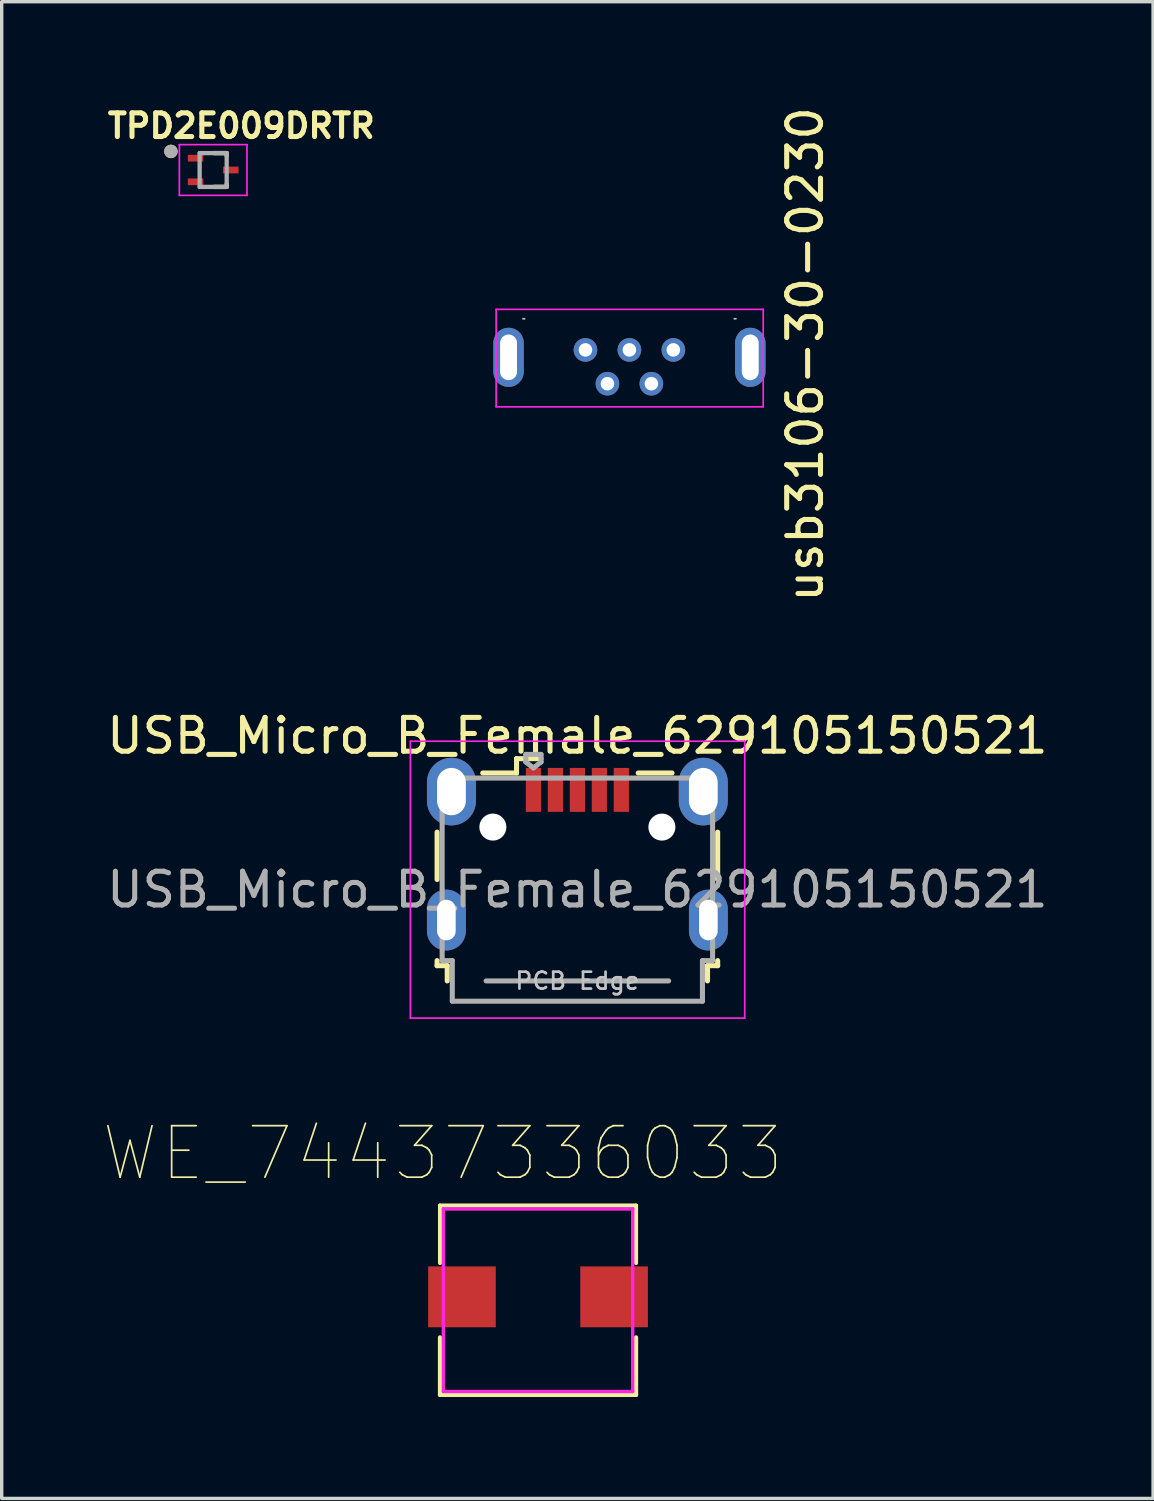
<source format=kicad_pcb>
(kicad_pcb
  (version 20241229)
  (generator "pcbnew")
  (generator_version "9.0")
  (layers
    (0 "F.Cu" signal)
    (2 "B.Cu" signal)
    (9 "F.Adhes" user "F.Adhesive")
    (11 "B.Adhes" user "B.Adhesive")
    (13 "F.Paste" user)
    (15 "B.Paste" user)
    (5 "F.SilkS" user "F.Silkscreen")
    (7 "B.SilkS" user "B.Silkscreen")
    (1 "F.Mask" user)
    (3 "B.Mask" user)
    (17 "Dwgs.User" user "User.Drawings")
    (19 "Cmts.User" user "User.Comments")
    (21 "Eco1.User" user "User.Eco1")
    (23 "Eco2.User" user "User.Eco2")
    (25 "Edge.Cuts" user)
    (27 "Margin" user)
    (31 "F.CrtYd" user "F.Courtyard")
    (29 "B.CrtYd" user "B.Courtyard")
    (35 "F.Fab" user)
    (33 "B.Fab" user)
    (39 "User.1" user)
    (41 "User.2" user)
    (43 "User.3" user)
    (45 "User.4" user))
  (footprint "USB_Micro_B_Female_629105150521"
    (layer "F.Cu")
    (at 14.03 22.217)
    (property "Reference" "USB_Micro_B_Female_629105150521" (at 0 -3.5 0) (layer "F.SilkS") (effects (font (size 1 1) (thickness 0.15))))
    (attr smd)
    (fp_line (start -4.15 -0.65) (end -4.15 0.75) (stroke (width 0.15) (type solid)) (layer "F.SilkS"))
    (fp_line (start -4.15 3.15) (end -4.15 3.3) (stroke (width 0.15) (type solid)) (layer "F.SilkS"))
    (fp_line (start -4.15 3.3) (end -3.85 3.3) (stroke (width 0.15) (type solid)) (layer "F.SilkS"))
    (fp_line (start -3.85 3.3) (end -3.85 3.75) (stroke (width 0.15) (type solid)) (layer "F.SilkS"))
    (fp_line (start -1.8 -2.825) (end -1.8 -2.4) (stroke (width 0.15) (type solid)) (layer "F.SilkS"))
    (fp_line (start -1.8 -2.4) (end -2.8 -2.4) (stroke (width 0.15) (type solid)) (layer "F.SilkS"))
    (fp_line (start -1.075 -2.825) (end -1.8 -2.825) (stroke (width 0.15) (type solid)) (layer "F.SilkS"))
    (fp_line (start 1.8 -2.4) (end 2.8 -2.4) (stroke (width 0.15) (type solid)) (layer "F.SilkS"))
    (fp_line (start 3.85 3.3) (end 4.15 3.3) (stroke (width 0.15) (type solid)) (layer "F.SilkS"))
    (fp_line (start 3.85 3.75) (end 3.85 3.3) (stroke (width 0.15) (type solid)) (layer "F.SilkS"))
    (fp_line (start 4.15 0.75) (end 4.15 -0.65) (stroke (width 0.15) (type solid)) (layer "F.SilkS"))
    (fp_line (start 4.15 3.3) (end 4.15 3.15) (stroke (width 0.15) (type solid)) (layer "F.SilkS"))
    (fp_line (start -4.94 -3.34) (end -4.94 4.85) (stroke (width 0.05) (type solid)) (layer "F.CrtYd"))
    (fp_line (start -4.94 4.85) (end 4.95 4.85) (stroke (width 0.05) (type solid)) (layer "F.CrtYd"))
    (fp_line (start 4.95 -3.34) (end -4.94 -3.34) (stroke (width 0.05) (type solid)) (layer "F.CrtYd"))
    (fp_line (start 4.95 4.85) (end 4.95 -3.34) (stroke (width 0.05) (type solid)) (layer "F.CrtYd"))
    (fp_line (start -4 -2.25) (end -4 3.15) (stroke (width 0.15) (type solid)) (layer "F.Fab"))
    (fp_line (start -4 3.15) (end -3.7 3.15) (stroke (width 0.15) (type solid)) (layer "F.Fab"))
    (fp_line (start -3.7 3.15) (end -3.7 4.35) (stroke (width 0.15) (type solid)) (layer "F.Fab"))
    (fp_line (start -3.7 4.35) (end 3.7 4.35) (stroke (width 0.15) (type solid)) (layer "F.Fab"))
    (fp_line (start -2.7 3.75) (end 2.7 3.75) (stroke (width 0.15) (type solid)) (layer "F.Fab"))
    (fp_line (start -1.525 -2.95) (end -1.075 -2.95) (stroke (width 0.15) (type solid)) (layer "F.Fab"))
    (fp_line (start -1.525 -2.725) (end -1.525 -2.95) (stroke (width 0.15) (type solid)) (layer "F.Fab"))
    (fp_line (start -1.3 -2.55) (end -1.525 -2.725) (stroke (width 0.15) (type solid)) (layer "F.Fab"))
    (fp_line (start -1.075 -2.95) (end -1.075 -2.725) (stroke (width 0.15) (type solid)) (layer "F.Fab"))
    (fp_line (start -1.075 -2.725) (end -1.3 -2.55) (stroke (width 0.15) (type solid)) (layer "F.Fab"))
    (fp_line (start 3.7 3.15) (end 4 3.15) (stroke (width 0.15) (type solid)) (layer "F.Fab"))
    (fp_line (start 3.7 4.35) (end 3.7 3.15) (stroke (width 0.15) (type solid)) (layer "F.Fab"))
    (fp_line (start 4 -2.25) (end -4 -2.25) (stroke (width 0.15) (type solid)) (layer "F.Fab"))
    (fp_line (start 4 3.15) (end 4 -2.25) (stroke (width 0.15) (type solid)) (layer "F.Fab"))
    (fp_text user "PCB Edge" (at 0 3.75 0) (layer "Dwgs.User") (effects (font (size 0.5 0.5) (thickness 0.08))))
    (fp_text user "${REFERENCE}" (at 0 1.05 0) (layer "F.Fab") (effects (font (size 1 1) (thickness 0.15))))
    (pad "" np_thru_hole oval (at -2.5 -0.8) (size 0.8 0.8) (drill 0.8) (layers "*.Cu" "*.Mask"))
    (pad "" np_thru_hole oval (at 2.5 -0.8) (size 0.8 0.8) (drill 0.8) (layers "*.Cu" "*.Mask"))
    (pad "1" smd rect (at -1.3 -1.9) (size 0.45 1.3) (layers "F.Cu" "F.Mask" "F.Paste"))
    (pad "2" smd rect (at -0.65 -1.9) (size 0.45 1.3) (layers "F.Cu" "F.Mask" "F.Paste"))
    (pad "3" smd rect (at 0 -1.9) (size 0.45 1.3) (layers "F.Cu" "F.Mask" "F.Paste"))
    (pad "4" smd rect (at 0.65 -1.9) (size 0.45 1.3) (layers "F.Cu" "F.Mask" "F.Paste"))
    (pad "5" smd rect (at 1.3 -1.9) (size 0.45 1.3) (layers "F.Cu" "F.Mask" "F.Paste"))
    (pad "6" thru_hole oval (at -3.875 1.95) (size 1.15 1.8) (drill oval 0.55 1.2) (layers "*.Cu" "*.Mask"))
    (pad "6" thru_hole oval (at -3.725 -1.85) (size 1.45 2) (drill oval 0.85 1.4) (layers "*.Cu" "*.Mask"))
    (pad "6" thru_hole oval (at 3.725 -1.85) (size 1.45 2) (drill oval 0.85 1.4) (layers "*.Cu" "*.Mask"))
    (pad "6" thru_hole oval (at 3.875 1.95) (size 1.15 1.8) (drill oval 0.55 1.2) (layers "*.Cu" "*.Mask")))
  (footprint "TPD2E009DRTR"
    (layer "F.Cu")
    (at 3.256 1.979)
    (property "Reference" "TPD2E009DRTR" (at 0.832 -1.306 0) (layer "F.SilkS") (effects (font (size 0.7 0.7) (thickness 0.15))))
    (attr through_hole)
    (fp_line (start 0.03 -0.5) (end 0.4 -0.5) (stroke (width 0.127) (type solid)) (layer "F.SilkS"))
    (fp_line (start 0.03 0.5) (end 0.4 0.5) (stroke (width 0.127) (type solid)) (layer "F.SilkS"))
    (fp_line (start 0.4 -0.42) (end 0.4 -0.5) (stroke (width 0.127) (type solid)) (layer "F.SilkS"))
    (fp_line (start 0.4 0.42) (end 0.4 0.5) (stroke (width 0.127) (type solid)) (layer "F.SilkS"))
    (fp_circle (center -1.25 -0.55) (end -1.15 -0.55) (stroke (width 0.2) (type solid)) (fill no) (layer "F.SilkS"))
    (fp_line (start -1 -0.75) (end 1 -0.75) (stroke (width 0.05) (type solid)) (layer "F.CrtYd"))
    (fp_line (start -1 0.75) (end -1 -0.75) (stroke (width 0.05) (type solid)) (layer "F.CrtYd"))
    (fp_line (start 1 -0.75) (end 1 0.75) (stroke (width 0.05) (type solid)) (layer "F.CrtYd"))
    (fp_line (start 1 0.75) (end -1 0.75) (stroke (width 0.05) (type solid)) (layer "F.CrtYd"))
    (fp_line (start -0.4 -0.5) (end 0.4 -0.5) (stroke (width 0.127) (type solid)) (layer "F.Fab"))
    (fp_line (start -0.4 0.5) (end -0.4 -0.5) (stroke (width 0.127) (type solid)) (layer "F.Fab"))
    (fp_line (start 0.4 -0.5) (end 0.4 0.5) (stroke (width 0.127) (type solid)) (layer "F.Fab"))
    (fp_line (start 0.4 0.5) (end -0.4 0.5) (stroke (width 0.127) (type solid)) (layer "F.Fab"))
    (fp_circle (center -1.25 -0.55) (end -1.15 -0.55) (stroke (width 0.2) (type solid)) (fill no) (layer "F.Fab"))
    (pad "1" smd rect (at -0.52 -0.35) (size 0.46 0.2) (layers "F.Cu" "F.Mask" "F.Paste"))
    (pad "2" smd rect (at -0.52 0.35) (size 0.46 0.2) (layers "F.Cu" "F.Mask" "F.Paste"))
    (pad "3" smd rect (at 0.52 0) (size 0.46 0.2) (layers "F.Cu" "F.Mask" "F.Paste")))
  (footprint "usb3106-30-0230"
    (layer "F.Cu")
    (at 11.427 4.185)
    (property "Reference" "usb3106-30-0230" (at 9.34 3.25 90) (layer "F.SilkS") (effects (font (size 1 1) (thickness 0.15))))
    (attr through_hole)
    (fp_line (start 0.993 2.195) (end 1.043 2.195) (stroke (width 0.05) (type solid)) (layer "Dwgs.User"))
    (fp_line (start 2.777 3.116) (end 2.907 3.116) (stroke (width 0.05) (type solid)) (layer "Dwgs.User"))
    (fp_line (start 2.842 3.041) (end 2.842 3.191) (stroke (width 0.05) (type solid)) (layer "Dwgs.User"))
    (fp_line (start 3.427 4.115) (end 3.557 4.115) (stroke (width 0.05) (type solid)) (layer "Dwgs.User"))
    (fp_line (start 3.492 4.04) (end 3.492 4.19) (stroke (width 0.05) (type solid)) (layer "Dwgs.User"))
    (fp_line (start 4.077 3.116) (end 4.207 3.116) (stroke (width 0.05) (type solid)) (layer "Dwgs.User"))
    (fp_line (start 4.142 3.041) (end 4.142 3.191) (stroke (width 0.05) (type solid)) (layer "Dwgs.User"))
    (fp_line (start 4.727 4.115) (end 4.857 4.115) (stroke (width 0.05) (type solid)) (layer "Dwgs.User"))
    (fp_line (start 4.792 4.04) (end 4.792 4.19) (stroke (width 0.05) (type solid)) (layer "Dwgs.User"))
    (fp_line (start 5.377 3.116) (end 5.507 3.116) (stroke (width 0.05) (type solid)) (layer "Dwgs.User"))
    (fp_line (start 5.442 3.041) (end 5.442 3.191) (stroke (width 0.05) (type solid)) (layer "Dwgs.User"))
    (fp_line (start 7.293 2.195) (end 7.243 2.195) (stroke (width 0.05) (type solid)) (layer "Dwgs.User"))
    (fp_line (start 0.2 1.916) (end 0.2 4.8) (stroke (width 0.05) (type solid)) (layer "F.CrtYd"))
    (fp_line (start 0.2 1.916) (end 8.1 1.916) (stroke (width 0.05) (type solid)) (layer "F.CrtYd"))
    (fp_line (start 0.2 4.8) (end 8.1 4.8) (stroke (width 0.05) (type solid)) (layer "F.CrtYd"))
    (fp_line (start 8.1 4.8) (end 8.1 1.916) (stroke (width 0.05) (type solid)) (layer "F.CrtYd"))
    (pad "1" thru_hole circle (at 2.842 3.116) (size 0.7 0.7) (drill 0.4) (layers "*.Cu" "*.Mask"))
    (pad "2" thru_hole circle (at 3.492 4.116) (size 0.7 0.7) (drill 0.4) (layers "*.Cu" "*.Mask"))
    (pad "3" thru_hole circle (at 4.142 3.116) (size 0.7 0.7) (drill 0.4) (layers "*.Cu" "*.Mask"))
    (pad "4" thru_hole circle (at 4.792 4.116) (size 0.7 0.7) (drill 0.4) (layers "*.Cu" "*.Mask"))
    (pad "5" thru_hole circle (at 5.442 3.116) (size 0.7 0.7) (drill 0.4) (layers "*.Cu" "*.Mask"))
    (pad "SH" thru_hole oval (at 0.567 3.336) (size 0.9 1.75) (drill oval 0.5 1.35) (layers "*.Cu" "*.Mask"))
    (pad "SH" thru_hole oval (at 7.717 3.336) (size 0.9 1.75) (drill oval 0.5 1.35) (layers "*.Cu" "*.Mask")))
  (footprint "WE_74437336033"
    (layer "F.Cu")
    (at 12.866 35.313)
    (property "Reference" "WE_74437336033" (at -2.819 -4.242 180) (layer "F.SilkS") (effects (font (size 1.524 1.524) (thickness 0.05))))
    (attr smd)
    (fp_line (start -2.9 -2.7) (end 2.9 -2.7) (stroke (width 0.125) (type solid)) (layer "F.SilkS"))
    (fp_line (start -2.9 -1) (end -2.9 -2.7) (stroke (width 0.12) (type solid)) (layer "F.SilkS"))
    (fp_line (start -2.9 2.9) (end -2.9 1.2) (stroke (width 0.125) (type solid)) (layer "F.SilkS"))
    (fp_line (start 2.9 -2.7) (end 2.9 -1) (stroke (width 0.12) (type solid)) (layer "F.SilkS"))
    (fp_line (start 2.9 1.2) (end 2.9 2.9) (stroke (width 0.125) (type solid)) (layer "F.SilkS"))
    (fp_line (start 2.9 2.9) (end -2.9 2.9) (stroke (width 0.125) (type solid)) (layer "F.SilkS"))
    (fp_line (start -2.8 -2.6) (end 2.8 -2.6) (stroke (width 0.1) (type solid)) (layer "F.CrtYd"))
    (fp_line (start -2.8 2.8) (end -2.8 -2.6) (stroke (width 0.1) (type solid)) (layer "F.CrtYd"))
    (fp_line (start 2.8 -2.6) (end 2.8 2.8) (stroke (width 0.1) (type solid)) (layer "F.CrtYd"))
    (fp_line (start 2.8 2.8) (end -2.8 2.8) (stroke (width 0.1) (type solid)) (layer "F.CrtYd"))
    (pad "1" smd rect (at -2.25 0 180) (size 2 1.8) (layers "F.Cu" "F.Mask" "F.Paste"))
    (pad "2" smd rect (at 2.25 0) (size 2 1.8) (layers "F.Cu" "F.Mask" "F.Paste")))
  (gr_rect
    (start -3 -3)
    (end 31.06 41.276)
    (stroke (width 0.1) (type default))
    (fill no)
    (layer "Edge.Cuts")))
</source>
